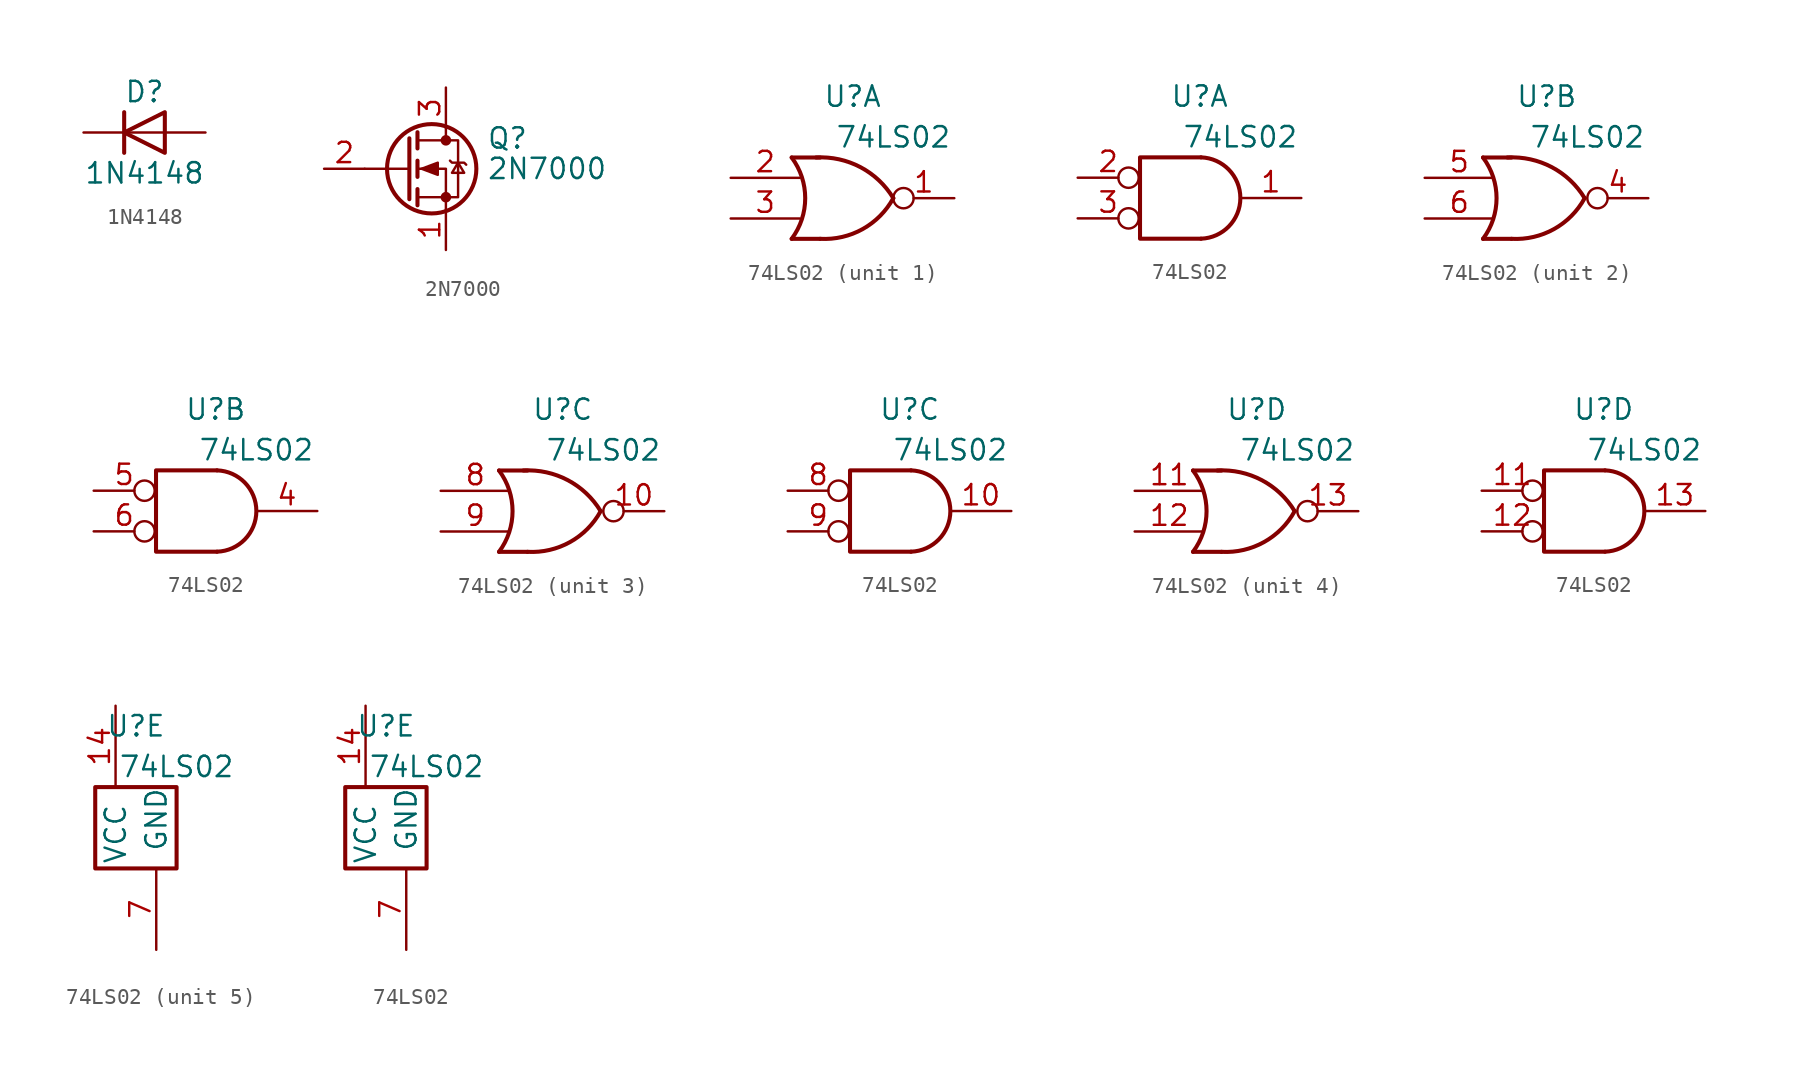
<source format=kicad_sym>
(kicad_symbol_lib
  (version 20220914)
  (generator kicad_symbol_editor)
  (symbol "1N4148"
    (pin_numbers hide)
    (pin_names hide)
    (property "Reference" "D"
      (at 0 2.54 0)
      (effects (font (size 1.27 1.27))))
    (property "Value" "1N4148"
      (at 0 -2.54 0)
      (effects (font (size 1.27 1.27))))
    (symbol "1N4148_0_1"
      (polyline (pts (xy -1.27 1.27) (xy -1.27 -1.27)) (stroke (width 0.254) (type default)) (fill (type none)))
      (polyline (pts (xy 1.27 0) (xy -1.27 0)) (stroke (width 0) (type default)) (fill (type none)))
      (polyline (pts (xy 1.27 1.27) (xy 1.27 -1.27) (xy -1.27 0) (xy 1.27 1.27)) (stroke (width 0.254) (type default)) (fill (type none))))
    (symbol "1N4148_1_1"
      (pin passive line (at -3.81 0 0) (length 2.54) (name "K" (effects (font (size 1.27 1.27)))) (number "1" (effects (font (size 1.27 1.27)))))
      (pin passive line (at 3.81 0 180) (length 2.54) (name "A" (effects (font (size 1.27 1.27)))) (number "2" (effects (font (size 1.27 1.27)))))))
  (symbol "2N7000"
    (pin_names hide)
    (property "Reference" "Q"
      (at 5.08 1.905 0)
      (effects (font (size 1.27 1.27)) (justify left)))
    (property "Value" "2N7000"
      (at 5.08 0 0)
      (effects (font (size 1.27 1.27)) (justify left)))
    (symbol "2N7000_0_1"
      (polyline (pts (xy 0.254 0) (xy -2.54 0)) (stroke (width 0) (type default)) (fill (type none)))
      (polyline (pts (xy 0.254 1.905) (xy 0.254 -1.905)) (stroke (width 0.254) (type default)) (fill (type none)))
      (polyline (pts (xy 0.762 -1.27) (xy 0.762 -2.286)) (stroke (width 0.254) (type default)) (fill (type none)))
      (polyline (pts (xy 0.762 0.508) (xy 0.762 -0.508)) (stroke (width 0.254) (type default)) (fill (type none)))
      (polyline (pts (xy 0.762 2.286) (xy 0.762 1.27)) (stroke (width 0.254) (type default)) (fill (type none)))
      (polyline (pts (xy 2.54 2.54) (xy 2.54 1.778)) (stroke (width 0) (type default)) (fill (type none)))
      (polyline (pts (xy 2.54 -2.54) (xy 2.54 0) (xy 0.762 0)) (stroke (width 0) (type default)) (fill (type none)))
      (polyline (pts (xy 0.762 -1.778) (xy 3.302 -1.778) (xy 3.302 1.778) (xy 0.762 1.778)) (stroke (width 0) (type default)) (fill (type none)))
      (polyline (pts (xy 1.016 0) (xy 2.032 0.381) (xy 2.032 -0.381) (xy 1.016 0)) (stroke (width 0) (type default)) (fill (type outline)))
      (polyline (pts (xy 2.794 0.508) (xy 2.921 0.381) (xy 3.683 0.381) (xy 3.81 0.254)) (stroke (width 0) (type default)) (fill (type none)))
      (polyline (pts (xy 3.302 0.381) (xy 2.921 -0.254) (xy 3.683 -0.254) (xy 3.302 0.381)) (stroke (width 0) (type default)) (fill (type none)))
      (circle (center 1.651 0) (radius 2.794) (stroke (width 0.254) (type default)) (fill (type none)))
      (circle (center 2.54 -1.778) (radius 0.254) (stroke (width 0) (type default)) (fill (type outline)))
      (circle (center 2.54 1.778) (radius 0.254) (stroke (width 0) (type default)) (fill (type outline))))
    (symbol "2N7000_1_1"
      (pin passive line (at 2.54 -5.08 90) (length 2.54) (name "S" (effects (font (size 1.27 1.27)))) (number "1" (effects (font (size 1.27 1.27)))))
      (pin input line (at -5.08 0 0) (length 2.54) (name "G" (effects (font (size 1.27 1.27)))) (number "2" (effects (font (size 1.27 1.27)))))
      (pin passive line (at 2.54 5.08 270) (length 2.54) (name "D" (effects (font (size 1.27 1.27)))) (number "3" (effects (font (size 1.27 1.27)))))))
  (symbol "74LS02"
    (pin_names
      (offset 1.016))
    (property "Reference" "U"
      (at 0 6.35 0)
      (effects (font (size 1.27 1.27))))
    (property "Value" "74LS02"
      (at 2.54 3.81 0)
      (effects (font (size 1.27 1.27))))
    (property "ki_locked" ""
      (at 0 0 0)
      (effects (font (size 1.27 1.27))))
    (symbol "74LS02_1_1"
      (arc (start -3.81 -2.54) (mid -2.964 0) (end -3.81 2.54) (stroke (width 0.254) (type default)) (fill (type none)))
      (arc (start -2.032 -2.54) (mid 0.6219 -1.9322) (end 2.54 0) (stroke (width 0.254) (type default)) (fill (type none)))
      (polyline (pts (xy -3.81 -2.54) (xy -2.032 -2.54)) (stroke (width 0.254) (type default)) (fill (type none)))
      (polyline (pts (xy -3.81 2.54) (xy -2.032 2.54)) (stroke (width 0.254) (type default)) (fill (type none)))
      (polyline (pts (xy -1.27 2.54) (xy -3.81 2.54) (xy -3.175 1.27) (xy -2.794 0) (xy -3.175 -1.27) (xy -3.81 -2.54) (xy -1.27 -2.54)) (stroke (width -0.0001) (type default)) (fill (type none)))
      (arc (start 2.54 0) (mid 0.4797 1.9402) (end -2.286 2.54) (stroke (width 0.254) (type default)) (fill (type none)))
      (pin output inverted (at 6.35 0 180) (length 3.81) (name "~" (effects (font (size 1.27 1.27)))) (number "1" (effects (font (size 1.27 1.27)))))
      (pin input line (at -7.62 1.27 0) (length 4.318) (name "~" (effects (font (size 1.27 1.27)))) (number "2" (effects (font (size 1.27 1.27)))))
      (pin input line (at -7.62 -1.27 0) (length 4.318) (name "~" (effects (font (size 1.27 1.27)))) (number "3" (effects (font (size 1.27 1.27))))))
    (symbol "74LS02_1_2"
      (polyline (pts (xy 0.084 2.54) (xy -3.726 2.54) (xy -3.726 -2.54) (xy 0.084 -2.54)) (stroke (width 0.254) (type default)) (fill (type none)))
      (arc (start 0.0843 -2.54) (mid 2.5414 0) (end 0.0843 2.54) (stroke (width 0.254) (type default)) (fill (type none)))
      (pin output line (at 6.35 0 180) (length 3.81) (name "~" (effects (font (size 1.27 1.27)))) (number "1" (effects (font (size 1.27 1.27)))))
      (pin input inverted (at -7.62 1.27 0) (length 3.81) (name "~" (effects (font (size 1.27 1.27)))) (number "2" (effects (font (size 1.27 1.27)))))
      (pin input inverted (at -7.62 -1.27 0) (length 3.81) (name "~" (effects (font (size 1.27 1.27)))) (number "3" (effects (font (size 1.27 1.27))))))
    (symbol "74LS02_2_1"
      (arc (start -3.976 -2.54) (mid -3.13 0) (end -3.976 2.54) (stroke (width 0.254) (type default)) (fill (type none)))
      (arc (start -2.198 -2.54) (mid 0.4559 -1.9322) (end 2.374 0) (stroke (width 0.254) (type default)) (fill (type none)))
      (polyline (pts (xy -3.976 -2.54) (xy -2.198 -2.54)) (stroke (width 0.254) (type default)) (fill (type none)))
      (polyline (pts (xy -3.976 2.54) (xy -2.198 2.54)) (stroke (width 0.254) (type default)) (fill (type none)))
      (polyline (pts (xy -1.436 2.54) (xy -3.976 2.54) (xy -3.341 1.27) (xy -2.96 0) (xy -3.341 -1.27) (xy -3.976 -2.54) (xy -1.436 -2.54)) (stroke (width -0.0001) (type default)) (fill (type none)))
      (arc (start 2.374 0) (mid 0.3137 1.9402) (end -2.452 2.54) (stroke (width 0.254) (type default)) (fill (type none)))
      (pin output inverted (at 6.35 0 180) (length 3.81) (name "~" (effects (font (size 1.27 1.27)))) (number "4" (effects (font (size 1.27 1.27)))))
      (pin input line (at -7.62 1.27 0) (length 4.318) (name "~" (effects (font (size 1.27 1.27)))) (number "5" (effects (font (size 1.27 1.27)))))
      (pin input line (at -7.62 -1.27 0) (length 4.318) (name "~" (effects (font (size 1.27 1.27)))) (number "6" (effects (font (size 1.27 1.27))))))
    (symbol "74LS02_2_2"
      (polyline (pts (xy 0.084 2.54) (xy -3.726 2.54) (xy -3.726 -2.54) (xy 0.084 -2.54)) (stroke (width 0.254) (type default)) (fill (type none)))
      (arc (start 0.0843 -2.54) (mid 2.5414 0) (end 0.0843 2.54) (stroke (width 0.254) (type default)) (fill (type none)))
      (pin output line (at 6.35 0 180) (length 3.81) (name "~" (effects (font (size 1.27 1.27)))) (number "4" (effects (font (size 1.27 1.27)))))
      (pin input inverted (at -7.62 1.27 0) (length 3.81) (name "~" (effects (font (size 1.27 1.27)))) (number "5" (effects (font (size 1.27 1.27)))))
      (pin input inverted (at -7.62 -1.27 0) (length 3.81) (name "~" (effects (font (size 1.27 1.27)))) (number "6" (effects (font (size 1.27 1.27))))))
    (symbol "74LS02_3_1"
      (arc (start -3.976 -2.54) (mid -3.13 0) (end -3.976 2.54) (stroke (width 0.254) (type default)) (fill (type none)))
      (arc (start -2.198 -2.54) (mid 0.4559 -1.9322) (end 2.374 0) (stroke (width 0.254) (type default)) (fill (type none)))
      (polyline (pts (xy -3.976 -2.54) (xy -2.198 -2.54)) (stroke (width 0.254) (type default)) (fill (type none)))
      (polyline (pts (xy -3.976 2.54) (xy -2.198 2.54)) (stroke (width 0.254) (type default)) (fill (type none)))
      (polyline (pts (xy -1.436 2.54) (xy -3.976 2.54) (xy -3.341 1.27) (xy -2.96 0) (xy -3.341 -1.27) (xy -3.976 -2.54) (xy -1.436 -2.54)) (stroke (width -0.0001) (type default)) (fill (type none)))
      (arc (start 2.374 0) (mid 0.3137 1.9402) (end -2.452 2.54) (stroke (width 0.254) (type default)) (fill (type none)))
      (pin output inverted (at 6.35 0 180) (length 3.81) (name "~" (effects (font (size 1.27 1.27)))) (number "10" (effects (font (size 1.27 1.27)))))
      (pin input line (at -7.62 1.27 0) (length 4.318) (name "~" (effects (font (size 1.27 1.27)))) (number "8" (effects (font (size 1.27 1.27)))))
      (pin input line (at -7.62 -1.27 0) (length 4.318) (name "~" (effects (font (size 1.27 1.27)))) (number "9" (effects (font (size 1.27 1.27))))))
    (symbol "74LS02_3_2"
      (polyline (pts (xy 0.084 2.54) (xy -3.726 2.54) (xy -3.726 -2.54) (xy 0.084 -2.54)) (stroke (width 0.254) (type default)) (fill (type none)))
      (arc (start 0.0843 -2.54) (mid 2.5414 0) (end 0.0843 2.54) (stroke (width 0.254) (type default)) (fill (type none)))
      (pin output line (at 6.35 0 180) (length 3.81) (name "~" (effects (font (size 1.27 1.27)))) (number "10" (effects (font (size 1.27 1.27)))))
      (pin input inverted (at -7.62 1.27 0) (length 3.81) (name "~" (effects (font (size 1.27 1.27)))) (number "8" (effects (font (size 1.27 1.27)))))
      (pin input inverted (at -7.62 -1.27 0) (length 3.81) (name "~" (effects (font (size 1.27 1.27)))) (number "9" (effects (font (size 1.27 1.27))))))
    (symbol "74LS02_4_1"
      (arc (start -3.976 -2.54) (mid -3.13 0) (end -3.976 2.54) (stroke (width 0.254) (type default)) (fill (type none)))
      (arc (start -2.198 -2.54) (mid 0.4559 -1.9322) (end 2.374 0) (stroke (width 0.254) (type default)) (fill (type none)))
      (polyline (pts (xy -3.976 -2.54) (xy -2.198 -2.54)) (stroke (width 0.254) (type default)) (fill (type none)))
      (polyline (pts (xy -3.976 2.54) (xy -2.198 2.54)) (stroke (width 0.254) (type default)) (fill (type none)))
      (polyline (pts (xy -1.436 2.54) (xy -3.976 2.54) (xy -3.341 1.27) (xy -2.96 0) (xy -3.341 -1.27) (xy -3.976 -2.54) (xy -1.436 -2.54)) (stroke (width -0.0001) (type default)) (fill (type none)))
      (arc (start 2.374 0) (mid 0.3137 1.9402) (end -2.452 2.54) (stroke (width 0.254) (type default)) (fill (type none)))
      (pin input line (at -7.62 1.27 0) (length 4.318) (name "~" (effects (font (size 1.27 1.27)))) (number "11" (effects (font (size 1.27 1.27)))))
      (pin input line (at -7.62 -1.27 0) (length 4.318) (name "~" (effects (font (size 1.27 1.27)))) (number "12" (effects (font (size 1.27 1.27)))))
      (pin output inverted (at 6.35 0 180) (length 3.81) (name "~" (effects (font (size 1.27 1.27)))) (number "13" (effects (font (size 1.27 1.27))))))
    (symbol "74LS02_4_2"
      (polyline (pts (xy 0.084 2.54) (xy -3.726 2.54) (xy -3.726 -2.54) (xy 0.084 -2.54)) (stroke (width 0.254) (type default)) (fill (type none)))
      (arc (start 0.0843 -2.54) (mid 2.5414 0) (end 0.0843 2.54) (stroke (width 0.254) (type default)) (fill (type none)))
      (pin input inverted (at -7.62 1.27 0) (length 3.81) (name "~" (effects (font (size 1.27 1.27)))) (number "11" (effects (font (size 1.27 1.27)))))
      (pin input inverted (at -7.62 -1.27 0) (length 3.81) (name "~" (effects (font (size 1.27 1.27)))) (number "12" (effects (font (size 1.27 1.27)))))
      (pin output line (at 6.35 0 180) (length 3.81) (name "~" (effects (font (size 1.27 1.27)))) (number "13" (effects (font (size 1.27 1.27))))))
    (symbol "74LS02_5_0"
      (rectangle (start -2.54 2.54) (end 2.54 -2.54) (stroke (width 0.254) (type default)) (fill (type none)))
      (pin power_in line (at -1.27 7.62 270) (length 5.08) (name "VCC" (effects (font (size 1.27 1.27)))) (number "14" (effects (font (size 1.27 1.27)))))
      (pin power_in line (at 1.27 -7.62 90) (length 5.08) (name "GND" (effects (font (size 1.27 1.27)))) (number "7" (effects (font (size 1.27 1.27))))))))
</source>
